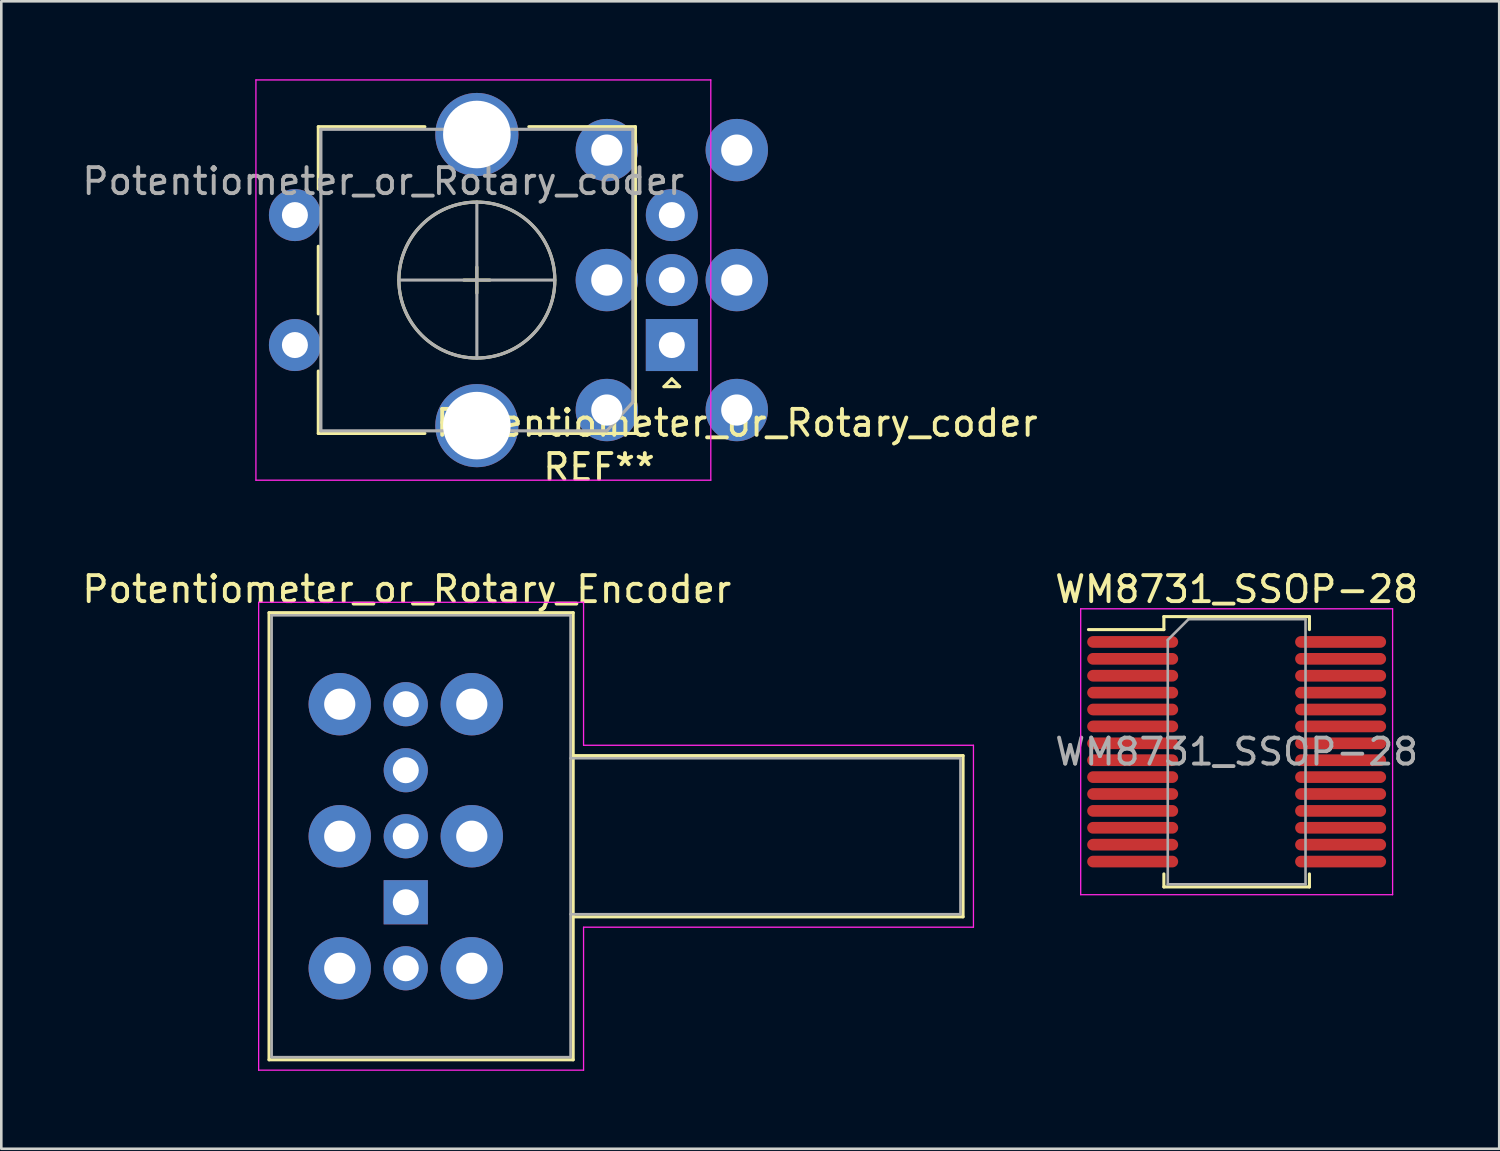
<source format=kicad_pcb>
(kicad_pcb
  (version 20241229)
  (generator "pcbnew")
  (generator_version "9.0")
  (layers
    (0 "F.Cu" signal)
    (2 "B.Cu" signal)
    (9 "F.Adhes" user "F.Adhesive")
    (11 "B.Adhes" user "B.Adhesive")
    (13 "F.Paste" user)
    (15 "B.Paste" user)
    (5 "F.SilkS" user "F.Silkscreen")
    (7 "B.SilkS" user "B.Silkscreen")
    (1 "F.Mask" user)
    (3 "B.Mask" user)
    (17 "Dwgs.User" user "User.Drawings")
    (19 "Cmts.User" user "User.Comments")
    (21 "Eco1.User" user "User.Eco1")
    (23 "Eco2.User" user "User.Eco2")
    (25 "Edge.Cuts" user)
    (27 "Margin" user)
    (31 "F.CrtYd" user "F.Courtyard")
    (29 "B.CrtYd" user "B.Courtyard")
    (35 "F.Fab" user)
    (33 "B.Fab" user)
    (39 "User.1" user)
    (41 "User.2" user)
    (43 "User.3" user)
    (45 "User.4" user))
  (footprint "Potentiometer_or_Rotary_coder"
    (layer "F.Cu")
    (at 25.296 12.725)
    (property "Reference" "Potentiometer_or_Rotary_coder" (at 0 0.5 0) (layer "F.SilkS") (effects (font (size 1 1) (thickness 0.15))))
    (attr through_hole)
    (fp_line (start -16.1 -10.9) (end -12 -10.9) (stroke (width 0.12) (type solid)) (layer "F.SilkS"))
    (fp_line (start -16.1 -8.5) (end -16.1 -10.9) (stroke (width 0.12) (type solid)) (layer "F.SilkS"))
    (fp_line (start -16.1 -3.7) (end -16.1 -6.3) (stroke (width 0.12) (type solid)) (layer "F.SilkS"))
    (fp_line (start -16.1 0.9) (end -16.1 -1.5) (stroke (width 0.12) (type solid)) (layer "F.SilkS"))
    (fp_line (start -12 0.9) (end -16.1 0.9) (stroke (width 0.12) (type solid)) (layer "F.SilkS"))
    (fp_line (start -10 -4.5) (end -10 -5.5) (stroke (width 0.12) (type solid)) (layer "F.SilkS"))
    (fp_line (start -9.5 -5) (end -10.5 -5) (stroke (width 0.12) (type solid)) (layer "F.SilkS"))
    (fp_line (start -8 -10.9) (end -3.9 -10.9) (stroke (width 0.12) (type solid)) (layer "F.SilkS"))
    (fp_line (start -8 0.9) (end -3.9 0.9) (stroke (width 0.12) (type solid)) (layer "F.SilkS"))
    (fp_line (start -3.9 0.9) (end -3.9 -10.9) (stroke (width 0.12) (type solid)) (layer "F.SilkS"))
    (fp_line (start -2.8 -0.9) (end -2.5 -1.2) (stroke (width 0.12) (type solid)) (layer "F.SilkS"))
    (fp_line (start -2.5 -1.2) (end -2.2 -0.9) (stroke (width 0.12) (type solid)) (layer "F.SilkS"))
    (fp_line (start -2.2 -0.9) (end -2.8 -0.9) (stroke (width 0.12) (type solid)) (layer "F.SilkS"))
    (fp_circle (center -10 -5) (end -13 -5) (stroke (width 0.12) (type solid)) (fill no) (layer "F.SilkS"))
    (fp_line (start -18.5 -12.7) (end -18.5 2.7) (stroke (width 0.05) (type solid)) (layer "F.CrtYd"))
    (fp_line (start -18.5 -12.7) (end -1 -12.7) (stroke (width 0.05) (type solid)) (layer "F.CrtYd"))
    (fp_line (start -1 2.7) (end -18.5 2.7) (stroke (width 0.05) (type solid)) (layer "F.CrtYd"))
    (fp_line (start -1 2.7) (end -1 -12.7) (stroke (width 0.05) (type solid)) (layer "F.CrtYd"))
    (fp_line (start -16 -10.8) (end -4 -10.8) (stroke (width 0.12) (type solid)) (layer "F.Fab"))
    (fp_line (start -16 0.8) (end -16 -10.8) (stroke (width 0.12) (type solid)) (layer "F.Fab"))
    (fp_line (start -10 -2) (end -10 -8) (stroke (width 0.12) (type solid)) (layer "F.Fab"))
    (fp_line (start -7 -5) (end -13 -5) (stroke (width 0.12) (type solid)) (layer "F.Fab"))
    (fp_line (start -5 0.8) (end -16 0.8) (stroke (width 0.12) (type solid)) (layer "F.Fab"))
    (fp_line (start -4 -10.8) (end -4 -0.3) (stroke (width 0.12) (type solid)) (layer "F.Fab"))
    (fp_line (start -4 -0.3) (end -5 0.8) (stroke (width 0.12) (type solid)) (layer "F.Fab"))
    (fp_circle (center -10 -5) (end -13 -5) (stroke (width 0.12) (type solid)) (fill no) (layer "F.Fab"))
    (fp_text user "REF**" (at -5.3 2.2 180) (layer "F.SilkS") (effects (font (size 1 1) (thickness 0.15))))
    (fp_text user "${REFERENCE}" (at -13.6 -8.8 180) (layer "F.Fab") (effects (font (size 1 1) (thickness 0.15))))
    (pad "1" thru_hole circle (at 0 0) (size 2.4 2.4) (drill 1.2) (layers "*.Cu" "*.Mask"))
    (pad "2" thru_hole circle (at 0 -5) (size 2.4 2.4) (drill 1.2) (layers "*.Cu" "*.Mask"))
    (pad "3" thru_hole circle (at 0 -10) (size 2.4 2.4) (drill 1.2) (layers "*.Cu" "*.Mask"))
    (pad "4" thru_hole circle (at -5 0) (size 2.4 2.4) (drill 1.2) (layers "*.Cu" "*.Mask"))
    (pad "5" thru_hole circle (at -5 -5) (size 2.4 2.4) (drill 1.2) (layers "*.Cu" "*.Mask"))
    (pad "6" thru_hole circle (at -5 -10) (size 2.4 2.4) (drill 1.2) (layers "*.Cu" "*.Mask"))
    (pad "A" thru_hole rect (at -2.5 -2.5 180) (size 2 2) (drill 1) (layers "*.Cu" "*.Mask"))
    (pad "B" thru_hole circle (at -2.5 -7.5 180) (size 2 2) (drill 1) (layers "*.Cu" "*.Mask"))
    (pad "C" thru_hole circle (at -2.5 -5 180) (size 2 2) (drill 1) (layers "*.Cu" "*.Mask"))
    (pad "MP" thru_hole circle (at -10 -10.6 180) (size 3.2 3.2) (drill 2.6) (layers "*.Cu" "*.Mask"))
    (pad "MP" thru_hole circle (at -10 0.6 180) (size 3.2 3.2) (drill 2.6) (layers "*.Cu" "*.Mask"))
    (pad "S1" thru_hole circle (at -17 -7.5 180) (size 2 2) (drill 1) (layers "*.Cu" "*.Mask"))
    (pad "S2" thru_hole circle (at -17 -2.5 180) (size 2 2) (drill 1) (layers "*.Cu" "*.Mask")))
  (footprint "WM8731_SSOP-28"
    (layer "F.Cu")
    (at 44.527 25.872)
    (property "Reference" "WM8731_SSOP-28" (at 0 -6.25 0) (layer "F.SilkS") (effects (font (size 1 1) (thickness 0.15))))
    (attr smd)
    (fp_line (start -2.8 -5.2) (end -2.8 -4.7) (stroke (width 0.12) (type solid)) (layer "F.SilkS"))
    (fp_line (start -2.8 -4.7) (end -5.7 -4.7) (stroke (width 0.12) (type solid)) (layer "F.SilkS"))
    (fp_line (start -2.8 5.2) (end -2.8 4.7) (stroke (width 0.12) (type solid)) (layer "F.SilkS"))
    (fp_line (start 2.8 -5.2) (end -2.8 -5.2) (stroke (width 0.12) (type solid)) (layer "F.SilkS"))
    (fp_line (start 2.8 -5.2) (end 2.8 -4.7) (stroke (width 0.12) (type solid)) (layer "F.SilkS"))
    (fp_line (start 2.8 4.7) (end 2.8 5.2) (stroke (width 0.12) (type solid)) (layer "F.SilkS"))
    (fp_line (start 2.8 5.2) (end -2.8 5.2) (stroke (width 0.12) (type solid)) (layer "F.SilkS"))
    (fp_line (start -6 -5.5) (end 6 -5.5) (stroke (width 0.05) (type solid)) (layer "F.CrtYd"))
    (fp_line (start -6 5.5) (end -6 -5.5) (stroke (width 0.05) (type solid)) (layer "F.CrtYd"))
    (fp_line (start 6 -5.5) (end 6 5.5) (stroke (width 0.05) (type solid)) (layer "F.CrtYd"))
    (fp_line (start 6 5.5) (end -6 5.5) (stroke (width 0.05) (type solid)) (layer "F.CrtYd"))
    (fp_line (start -2.65 -4.3) (end -1.85 -5.1) (stroke (width 0.1) (type solid)) (layer "F.Fab"))
    (fp_line (start -2.65 5.1) (end -2.65 -4.3) (stroke (width 0.1) (type solid)) (layer "F.Fab"))
    (fp_line (start -1.85 -5.1) (end 2.65 -5.1) (stroke (width 0.1) (type solid)) (layer "F.Fab"))
    (fp_line (start 2.65 -5.1) (end 2.65 5.1) (stroke (width 0.1) (type solid)) (layer "F.Fab"))
    (fp_line (start 2.65 5.1) (end -2.65 5.1) (stroke (width 0.1) (type solid)) (layer "F.Fab"))
    (fp_text user "${REFERENCE}" (at 0 0 0) (layer "F.Fab") (effects (font (size 1 1) (thickness 0.15))))
    (pad "1" smd oval (at -4 -4.225 270) (size 0.45 3.5) (layers "F.Cu" "F.Mask" "F.Paste"))
    (pad "2" smd oval (at -4 -3.575 270) (size 0.45 3.5) (layers "F.Cu" "F.Mask" "F.Paste"))
    (pad "3" smd oval (at -4 -2.925 270) (size 0.45 3.5) (layers "F.Cu" "F.Mask" "F.Paste"))
    (pad "4" smd oval (at -4 -2.275 270) (size 0.45 3.5) (layers "F.Cu" "F.Mask" "F.Paste"))
    (pad "5" smd oval (at -4 -1.625 270) (size 0.45 3.5) (layers "F.Cu" "F.Mask" "F.Paste"))
    (pad "6" smd oval (at -4 -0.975 270) (size 0.45 3.5) (layers "F.Cu" "F.Mask" "F.Paste"))
    (pad "7" smd oval (at -4 -0.325 270) (size 0.45 3.5) (layers "F.Cu" "F.Mask" "F.Paste"))
    (pad "8" smd oval (at -4 0.325 270) (size 0.45 3.5) (layers "F.Cu" "F.Mask" "F.Paste"))
    (pad "9" smd oval (at -4 0.975 270) (size 0.45 3.5) (layers "F.Cu" "F.Mask" "F.Paste"))
    (pad "10" smd oval (at -4 1.625 270) (size 0.45 3.5) (layers "F.Cu" "F.Mask" "F.Paste"))
    (pad "11" smd oval (at -4 2.275 270) (size 0.45 3.5) (layers "F.Cu" "F.Mask" "F.Paste"))
    (pad "12" smd oval (at -4 2.925 270) (size 0.45 3.5) (layers "F.Cu" "F.Mask" "F.Paste"))
    (pad "13" smd oval (at -4 3.575 270) (size 0.45 3.5) (layers "F.Cu" "F.Mask" "F.Paste"))
    (pad "14" smd oval (at -4 4.225 270) (size 0.45 3.5) (layers "F.Cu" "F.Mask" "F.Paste"))
    (pad "15" smd oval (at 4 4.225 270) (size 0.45 3.5) (layers "F.Cu" "F.Mask" "F.Paste"))
    (pad "16" smd oval (at 4 3.575 270) (size 0.45 3.5) (layers "F.Cu" "F.Mask" "F.Paste"))
    (pad "17" smd oval (at 4 2.925 270) (size 0.45 3.5) (layers "F.Cu" "F.Mask" "F.Paste"))
    (pad "18" smd oval (at 4 2.275 270) (size 0.45 3.5) (layers "F.Cu" "F.Mask" "F.Paste"))
    (pad "19" smd oval (at 4 1.625 270) (size 0.45 3.5) (layers "F.Cu" "F.Mask" "F.Paste"))
    (pad "20" smd oval (at 4 0.975 270) (size 0.45 3.5) (layers "F.Cu" "F.Mask" "F.Paste"))
    (pad "21" smd oval (at 4 0.325 270) (size 0.45 3.5) (layers "F.Cu" "F.Mask" "F.Paste"))
    (pad "22" smd oval (at 4 -0.325 270) (size 0.45 3.5) (layers "F.Cu" "F.Mask" "F.Paste"))
    (pad "23" smd oval (at 4 -0.975 270) (size 0.45 3.5) (layers "F.Cu" "F.Mask" "F.Paste"))
    (pad "24" smd oval (at 4 -1.625 270) (size 0.45 3.5) (layers "F.Cu" "F.Mask" "F.Paste"))
    (pad "25" smd oval (at 4 -2.275 270) (size 0.45 3.5) (layers "F.Cu" "F.Mask" "F.Paste"))
    (pad "26" smd oval (at 4 -2.925 270) (size 0.45 3.5) (layers "F.Cu" "F.Mask" "F.Paste"))
    (pad "27" smd oval (at 4 -3.575 270) (size 0.45 3.5) (layers "F.Cu" "F.Mask" "F.Paste"))
    (pad "28" smd oval (at 4 -4.225 270) (size 0.45 3.5) (layers "F.Cu" "F.Mask" "F.Paste")))
  (footprint "Potentiometer_or_Rotary_Encoder"
    (layer "F.Cu")
    (at 15.101 29.122)
    (property "Reference" "Potentiometer_or_Rotary_Encoder" (at -2.5 -9.5 0) (layer "F.SilkS") (effects (font (size 1 1) (thickness 0.15))))
    (attr through_hole)
    (fp_line (start -7.8 -8.6) (end 3.9 -8.6) (stroke (width 0.12) (type solid)) (layer "F.SilkS"))
    (fp_line (start -7.8 8.6) (end -7.8 -8.6) (stroke (width 0.12) (type solid)) (layer "F.SilkS"))
    (fp_line (start 3.9 -8.6) (end 3.9 8.6) (stroke (width 0.12) (type solid)) (layer "F.SilkS"))
    (fp_line (start 3.9 -3.1) (end 18.9 -3.1) (stroke (width 0.12) (type solid)) (layer "F.SilkS"))
    (fp_line (start 3.9 8.6) (end -7.8 8.6) (stroke (width 0.12) (type solid)) (layer "F.SilkS"))
    (fp_line (start 18.9 -3.1) (end 18.9 3.1) (stroke (width 0.12) (type solid)) (layer "F.SilkS"))
    (fp_line (start 18.9 3.1) (end 3.9 3.1) (stroke (width 0.12) (type solid)) (layer "F.SilkS"))
    (fp_line (start -8.2 -9) (end 4.3 -9) (stroke (width 0.05) (type solid)) (layer "F.CrtYd"))
    (fp_line (start -8.2 9) (end -8.2 -9) (stroke (width 0.05) (type solid)) (layer "F.CrtYd"))
    (fp_line (start 4.3 -9) (end 4.3 -3.5) (stroke (width 0.05) (type solid)) (layer "F.CrtYd"))
    (fp_line (start 4.3 -3.5) (end 19.3 -3.5) (stroke (width 0.05) (type solid)) (layer "F.CrtYd"))
    (fp_line (start 4.3 3.5) (end 4.3 9) (stroke (width 0.05) (type solid)) (layer "F.CrtYd"))
    (fp_line (start 4.3 9) (end -8.2 9) (stroke (width 0.05) (type solid)) (layer "F.CrtYd"))
    (fp_line (start 19.3 -3.5) (end 19.3 3.5) (stroke (width 0.05) (type solid)) (layer "F.CrtYd"))
    (fp_line (start 19.3 3.5) (end 4.3 3.5) (stroke (width 0.05) (type solid)) (layer "F.CrtYd"))
    (fp_line (start -7.7 -8.5) (end -7.7 8.5) (stroke (width 0.1) (type solid)) (layer "F.Fab"))
    (fp_line (start -7.7 -8.5) (end 3.8 -8.5) (stroke (width 0.1) (type solid)) (layer "F.Fab"))
    (fp_line (start -7.7 8.5) (end 3.8 8.5) (stroke (width 0.1) (type solid)) (layer "F.Fab"))
    (fp_line (start 3.8 -8.5) (end 3.8 8.5) (stroke (width 0.1) (type solid)) (layer "F.Fab"))
    (fp_line (start 3.8 -3) (end 18.8 -3) (stroke (width 0.1) (type solid)) (layer "F.Fab"))
    (fp_line (start 18.8 -3) (end 18.8 3) (stroke (width 0.1) (type solid)) (layer "F.Fab"))
    (fp_line (start 18.8 3) (end 3.8 3) (stroke (width 0.1) (type solid)) (layer "F.Fab"))
    (pad "1" thru_hole circle (at 0 5.08) (size 2.4 2.4) (drill 1.2) (layers "*.Cu" "*.Mask"))
    (pad "2" thru_hole circle (at 0 0) (size 2.4 2.4) (drill 1.2) (layers "*.Cu" "*.Mask"))
    (pad "3" thru_hole circle (at 0 -5.08) (size 2.4 2.4) (drill 1.2) (layers "*.Cu" "*.Mask"))
    (pad "4" thru_hole circle (at -5.08 5.08) (size 2.4 2.4) (drill 1.2) (layers "*.Cu" "*.Mask"))
    (pad "5" thru_hole circle (at -5.08 0) (size 2.4 2.4) (drill 1.2) (layers "*.Cu" "*.Mask"))
    (pad "6" thru_hole circle (at -5.08 -5.08) (size 2.4 2.4) (drill 1.2) (layers "*.Cu" "*.Mask"))
    (pad "A" thru_hole rect (at -2.54 2.54) (size 1.7 1.7) (drill 1) (layers "*.Cu" "*.Mask"))
    (pad "B" thru_hole oval (at -2.54 -2.54) (size 1.7 1.7) (drill 1) (layers "*.Cu" "*.Mask"))
    (pad "C" thru_hole oval (at -2.54 0) (size 1.7 1.7) (drill 1) (layers "*.Cu" "*.Mask"))
    (pad "MP" thru_hole oval (at -2.54 -5.08) (size 1.7 1.7) (drill 1) (layers "*.Cu" "*.Mask"))
    (pad "MP" thru_hole oval (at -2.54 5.08) (size 1.7 1.7) (drill 1) (layers "*.Cu" "*.Mask")))
  (gr_rect
    (start -3 -3)
    (end 54.629 41.147)
    (stroke (width 0.1) (type default))
    (fill no)
    (layer "Edge.Cuts")))
</source>
